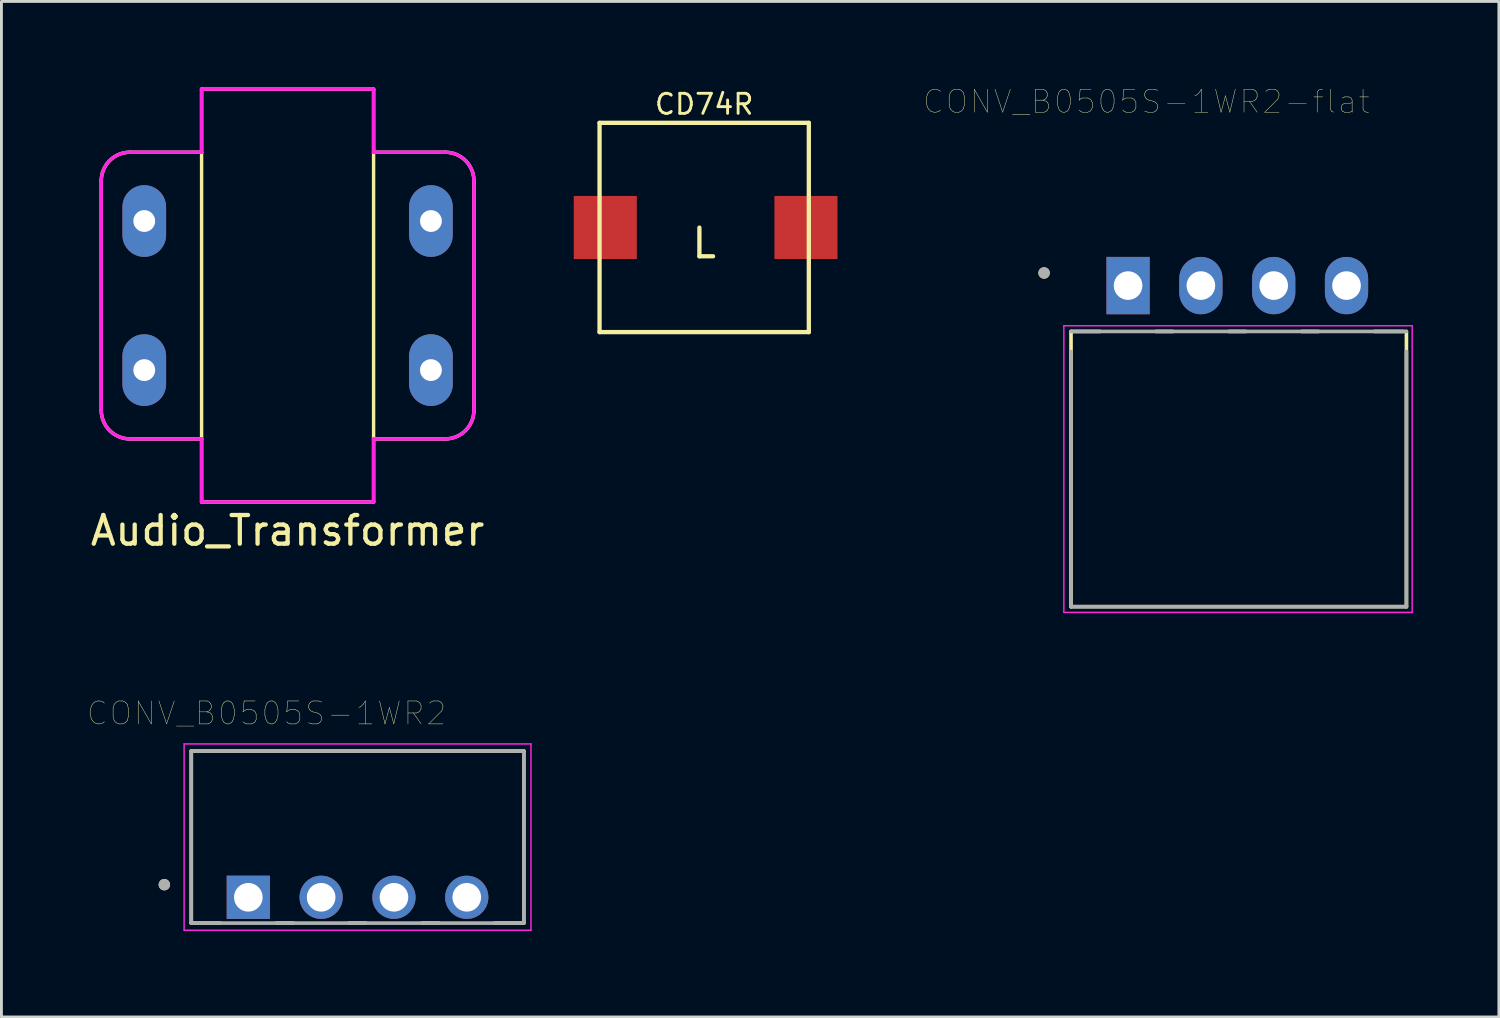
<source format=kicad_pcb>
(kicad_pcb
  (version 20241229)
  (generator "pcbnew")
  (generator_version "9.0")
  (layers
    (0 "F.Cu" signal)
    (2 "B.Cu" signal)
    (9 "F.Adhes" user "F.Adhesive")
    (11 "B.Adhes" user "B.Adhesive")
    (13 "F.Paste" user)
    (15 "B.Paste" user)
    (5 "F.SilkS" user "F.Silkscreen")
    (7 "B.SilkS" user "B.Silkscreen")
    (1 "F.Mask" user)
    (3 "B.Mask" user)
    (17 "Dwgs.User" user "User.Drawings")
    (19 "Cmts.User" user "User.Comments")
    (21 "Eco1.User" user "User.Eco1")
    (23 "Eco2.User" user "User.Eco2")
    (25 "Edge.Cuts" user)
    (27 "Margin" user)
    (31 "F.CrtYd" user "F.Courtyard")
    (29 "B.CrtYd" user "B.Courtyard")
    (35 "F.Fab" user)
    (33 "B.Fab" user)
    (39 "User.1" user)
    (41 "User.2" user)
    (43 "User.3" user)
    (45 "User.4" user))
  (footprint "Audio_Transformer"
    (layer "F.Cu")
    (at 6.982 7.26)
    (property "Reference" "Audio_Transformer" (at 0 8.2 0) (layer "F.SilkS") (effects (font (size 1 1) (thickness 0.15))))
    (attr through_hole)
    (fp_line (start -6.5 -4) (end -6.5 4) (stroke (width 0.12) (type solid)) (layer "F.SilkS"))
    (fp_line (start -5.5 -5) (end -3 -5) (stroke (width 0.12) (type solid)) (layer "F.SilkS"))
    (fp_line (start -5.5 5) (end -3 5) (stroke (width 0.12) (type solid)) (layer "F.SilkS"))
    (fp_line (start -3 -7.2) (end 3 -7.2) (stroke (width 0.12) (type solid)) (layer "F.SilkS"))
    (fp_line (start -3 7.2) (end -3 -7.2) (stroke (width 0.12) (type solid)) (layer "F.SilkS"))
    (fp_line (start 3 -7.2) (end 3 7.2) (stroke (width 0.12) (type solid)) (layer "F.SilkS"))
    (fp_line (start 3 7.2) (end -3 7.2) (stroke (width 0.12) (type solid)) (layer "F.SilkS"))
    (fp_line (start 5.5 -5) (end 3 -5) (stroke (width 0.12) (type solid)) (layer "F.SilkS"))
    (fp_line (start 5.5 5) (end 3 5) (stroke (width 0.12) (type solid)) (layer "F.SilkS"))
    (fp_line (start 6.5 4) (end 6.5 -4) (stroke (width 0.12) (type solid)) (layer "F.SilkS"))
    (fp_arc (start -6.5 -4) (mid -6.207107 -4.707107) (end -5.5 -5) (stroke (width 0.12) (type solid)) (layer "F.SilkS"))
    (fp_arc (start -5.5 5) (mid -6.207107 4.707107) (end -6.5 4) (stroke (width 0.12) (type solid)) (layer "F.SilkS"))
    (fp_arc (start 5.5 -5) (mid 6.207107 -4.707107) (end 6.5 -4) (stroke (width 0.12) (type solid)) (layer "F.SilkS"))
    (fp_arc (start 6.5 4) (mid 6.207107 4.707107) (end 5.5 5) (stroke (width 0.12) (type solid)) (layer "F.SilkS"))
    (fp_line (start -6.5 4) (end -6.5 -4) (stroke (width 0.12) (type solid)) (layer "F.CrtYd"))
    (fp_line (start -5.5 -5) (end -3 -5) (stroke (width 0.12) (type solid)) (layer "F.CrtYd"))
    (fp_line (start -3 -7.2) (end 3 -7.2) (stroke (width 0.12) (type solid)) (layer "F.CrtYd"))
    (fp_line (start -3 -5) (end -3 -7.2) (stroke (width 0.12) (type solid)) (layer "F.CrtYd"))
    (fp_line (start -3 5) (end -5.5 5) (stroke (width 0.12) (type solid)) (layer "F.CrtYd"))
    (fp_line (start -3 7.2) (end -3 5) (stroke (width 0.12) (type solid)) (layer "F.CrtYd"))
    (fp_line (start 3 -7.2) (end 3 -5) (stroke (width 0.12) (type solid)) (layer "F.CrtYd"))
    (fp_line (start 3 -5) (end 5.5 -5) (stroke (width 0.12) (type solid)) (layer "F.CrtYd"))
    (fp_line (start 3 5) (end 3 7.2) (stroke (width 0.12) (type solid)) (layer "F.CrtYd"))
    (fp_line (start 3 5) (end 5.5 5) (stroke (width 0.12) (type solid)) (layer "F.CrtYd"))
    (fp_line (start 3 7.2) (end -3 7.2) (stroke (width 0.12) (type solid)) (layer "F.CrtYd"))
    (fp_line (start 6.5 -4) (end 6.5 4) (stroke (width 0.12) (type solid)) (layer "F.CrtYd"))
    (fp_arc (start -6.5 -4) (mid -6.207107 -4.707107) (end -5.5 -5) (stroke (width 0.12) (type solid)) (layer "F.CrtYd"))
    (fp_arc (start -5.5 5) (mid -6.207107 4.707107) (end -6.5 4) (stroke (width 0.12) (type solid)) (layer "F.CrtYd"))
    (fp_arc (start 5.5 -5) (mid 6.207107 -4.707107) (end 6.5 -4) (stroke (width 0.12) (type solid)) (layer "F.CrtYd"))
    (fp_arc (start 6.5 4) (mid 6.207107 4.707107) (end 5.5 5) (stroke (width 0.12) (type solid)) (layer "F.CrtYd"))
    (pad "1" thru_hole oval (at -5 -2.6) (size 1.524 2.5) (drill 0.762) (layers "*.Cu" "*.Mask"))
    (pad "2" thru_hole oval (at -5 2.6) (size 1.524 2.5) (drill 0.762) (layers "*.Cu" "*.Mask"))
    (pad "3" thru_hole oval (at 5 -2.6) (size 1.524 2.5) (drill 0.762) (layers "*.Cu" "*.Mask"))
    (pad "4" thru_hole oval (at 5 2.6) (size 1.524 2.5) (drill 0.762) (layers "*.Cu" "*.Mask")))
  (footprint "CONV_B0505S-1WR2"
    (layer "F.Cu")
    (at 9.422 26.15)
    (property "Reference" "CONV_B0505S-1WR2" (at -3.175 -4.318 0) (layer "F.SilkS") (effects (font (size 0.8 0.8) (thickness 0.015))))
    (attr through_hole)
    (fp_line (start -5.8 -3) (end -5.8 3) (stroke (width 0.127) (type solid)) (layer "F.SilkS"))
    (fp_line (start -5.8 3) (end -4.785 3) (stroke (width 0.127) (type solid)) (layer "F.SilkS"))
    (fp_line (start -2.835 3) (end -2.245 3) (stroke (width 0.127) (type solid)) (layer "F.SilkS"))
    (fp_line (start -0.295 3) (end 0.295 3) (stroke (width 0.127) (type solid)) (layer "F.SilkS"))
    (fp_line (start 2.245 3) (end 2.835 3) (stroke (width 0.127) (type solid)) (layer "F.SilkS"))
    (fp_line (start 4.785 3) (end 5.8 3) (stroke (width 0.127) (type solid)) (layer "F.SilkS"))
    (fp_line (start 5.8 -3) (end -5.8 -3) (stroke (width 0.127) (type solid)) (layer "F.SilkS"))
    (fp_line (start 5.8 3) (end 5.8 -3) (stroke (width 0.127) (type solid)) (layer "F.SilkS"))
    (fp_circle (center -6.74 1.66) (end -6.64 1.66) (stroke (width 0.2) (type solid)) (fill no) (layer "F.SilkS"))
    (fp_line (start -6.05 -3.25) (end 6.05 -3.25) (stroke (width 0.05) (type solid)) (layer "F.CrtYd"))
    (fp_line (start -6.05 3.25) (end -6.05 -3.25) (stroke (width 0.05) (type solid)) (layer "F.CrtYd"))
    (fp_line (start 6.05 -3.25) (end 6.05 3.25) (stroke (width 0.05) (type solid)) (layer "F.CrtYd"))
    (fp_line (start 6.05 3.25) (end -6.05 3.25) (stroke (width 0.05) (type solid)) (layer "F.CrtYd"))
    (fp_line (start -5.8 -3) (end -5.8 3) (stroke (width 0.127) (type solid)) (layer "F.Fab"))
    (fp_line (start -5.8 3) (end 5.8 3) (stroke (width 0.127) (type solid)) (layer "F.Fab"))
    (fp_line (start 5.8 -3) (end -5.8 -3) (stroke (width 0.127) (type solid)) (layer "F.Fab"))
    (fp_line (start 5.8 3) (end 5.8 -3) (stroke (width 0.127) (type solid)) (layer "F.Fab"))
    (fp_circle (center -6.74 1.66) (end -6.64 1.66) (stroke (width 0.2) (type solid)) (fill no) (layer "F.Fab"))
    (pad "1" thru_hole rect (at -3.81 2.1) (size 1.508 1.508) (drill 1) (layers "*.Cu" "*.Mask"))
    (pad "2" thru_hole circle (at -1.27 2.1) (size 1.508 1.508) (drill 1) (layers "*.Cu" "*.Mask"))
    (pad "3" thru_hole circle (at 1.27 2.1) (size 1.508 1.508) (drill 1) (layers "*.Cu" "*.Mask"))
    (pad "4" thru_hole circle (at 3.81 2.1) (size 1.508 1.508) (drill 1) (layers "*.Cu" "*.Mask")))
  (footprint "CONV_B0505S-1WR2-flat"
    (layer "F.Cu")
    (at 40.11 4.812)
    (property "Reference" "CONV_B0505S-1WR2-flat" (at -3.175 -4.318 0) (layer "F.SilkS") (effects (font (size 0.8 0.8) (thickness 0.015))))
    (attr through_hole)
    (fp_line (start -5.8 3.7) (end -5.8 13.3) (stroke (width 0.127) (type solid)) (layer "F.SilkS"))
    (fp_line (start -5.8 13.3) (end 5.9 13.3) (stroke (width 0.127) (type solid)) (layer "F.SilkS"))
    (fp_line (start -4.785 3.7) (end -5.8 3.7) (stroke (width 0.127) (type solid)) (layer "F.SilkS"))
    (fp_line (start -2.245 3.7) (end -2.835 3.7) (stroke (width 0.127) (type solid)) (layer "F.SilkS"))
    (fp_line (start 0.295 3.7) (end -0.295 3.7) (stroke (width 0.127) (type solid)) (layer "F.SilkS"))
    (fp_line (start 2.835 3.7) (end 2.245 3.7) (stroke (width 0.127) (type solid)) (layer "F.SilkS"))
    (fp_line (start 5.8 3.7) (end 4.785 3.7) (stroke (width 0.127) (type solid)) (layer "F.SilkS"))
    (fp_line (start 5.9 13.3) (end 5.9 3.7) (stroke (width 0.127) (type solid)) (layer "F.SilkS"))
    (fp_circle (center -6.74 1.66) (end -6.64 1.66) (stroke (width 0.2) (type solid)) (fill no) (layer "F.SilkS"))
    (fp_line (start -6.05 3.5) (end 6.1 3.5) (stroke (width 0.05) (type solid)) (layer "F.CrtYd"))
    (fp_line (start -6.05 13.5) (end -6.05 3.5) (stroke (width 0.05) (type solid)) (layer "F.CrtYd"))
    (fp_line (start 6.1 3.5) (end 6.1 13.5) (stroke (width 0.05) (type solid)) (layer "F.CrtYd"))
    (fp_line (start 6.1 13.5) (end -6.05 13.5) (stroke (width 0.05) (type solid)) (layer "F.CrtYd"))
    (fp_line (start -5.8 4.4) (end -5.8 13.3) (stroke (width 0.127) (type solid)) (layer "F.Fab"))
    (fp_line (start -5.8 13.3) (end 5.9 13.3) (stroke (width 0.127) (type solid)) (layer "F.Fab"))
    (fp_line (start 5.9 3.7) (end -5.8 3.7) (stroke (width 0.127) (type solid)) (layer "F.Fab"))
    (fp_line (start 5.9 13.3) (end 5.9 4.4) (stroke (width 0.127) (type solid)) (layer "F.Fab"))
    (fp_circle (center -6.74 1.66) (end -6.64 1.66) (stroke (width 0.2) (type solid)) (fill no) (layer "F.Fab"))
    (pad "1" thru_hole rect (at -3.81 2.1) (size 1.508 2) (drill 1) (layers "*.Cu" "*.Mask"))
    (pad "2" thru_hole oval (at -1.27 2.1) (size 1.508 2) (drill 1) (layers "*.Cu" "*.Mask"))
    (pad "3" thru_hole oval (at 1.27 2.1) (size 1.508 2) (drill 1) (layers "*.Cu" "*.Mask"))
    (pad "4" thru_hole oval (at 3.81 2.1) (size 1.508 2) (drill 1) (layers "*.Cu" "*.Mask")))
  (footprint "CD74R"
    (layer "F.Cu")
    (at 19.164 4.885)
    (property "Reference" "CD74R" (at 2.35 -4.3 0) (layer "F.SilkS") (effects (font (size 0.7 0.7) (thickness 0.1))))
    (attr through_hole)
    (fp_line (start -1.3 -3.65) (end 6 -3.65) (stroke (width 0.15) (type solid)) (layer "F.SilkS"))
    (fp_line (start -1.3 3.65) (end -1.3 -3.65) (stroke (width 0.15) (type solid)) (layer "F.SilkS"))
    (fp_line (start 6 -3.65) (end 6 3.65) (stroke (width 0.15) (type solid)) (layer "F.SilkS"))
    (fp_line (start 6 3.65) (end -1.3 3.65) (stroke (width 0.15) (type solid)) (layer "F.SilkS"))
    (fp_text user "L" (at 2.35 0.55 0) (layer "F.SilkS") (effects (font (size 1 1) (thickness 0.15))))
    (pad "1" smd rect (at -1.1 0) (size 2.2 2.2) (layers "F.Cu" "F.Mask" "F.Paste"))
    (pad "2" smd rect (at 5.9 0) (size 2.2 2.2) (layers "F.Cu" "F.Mask" "F.Paste")))
  (gr_rect
    (start -3 -3)
    (end 49.235 32.425)
    (stroke (width 0.1) (type default))
    (fill no)
    (layer "Edge.Cuts")))
</source>
